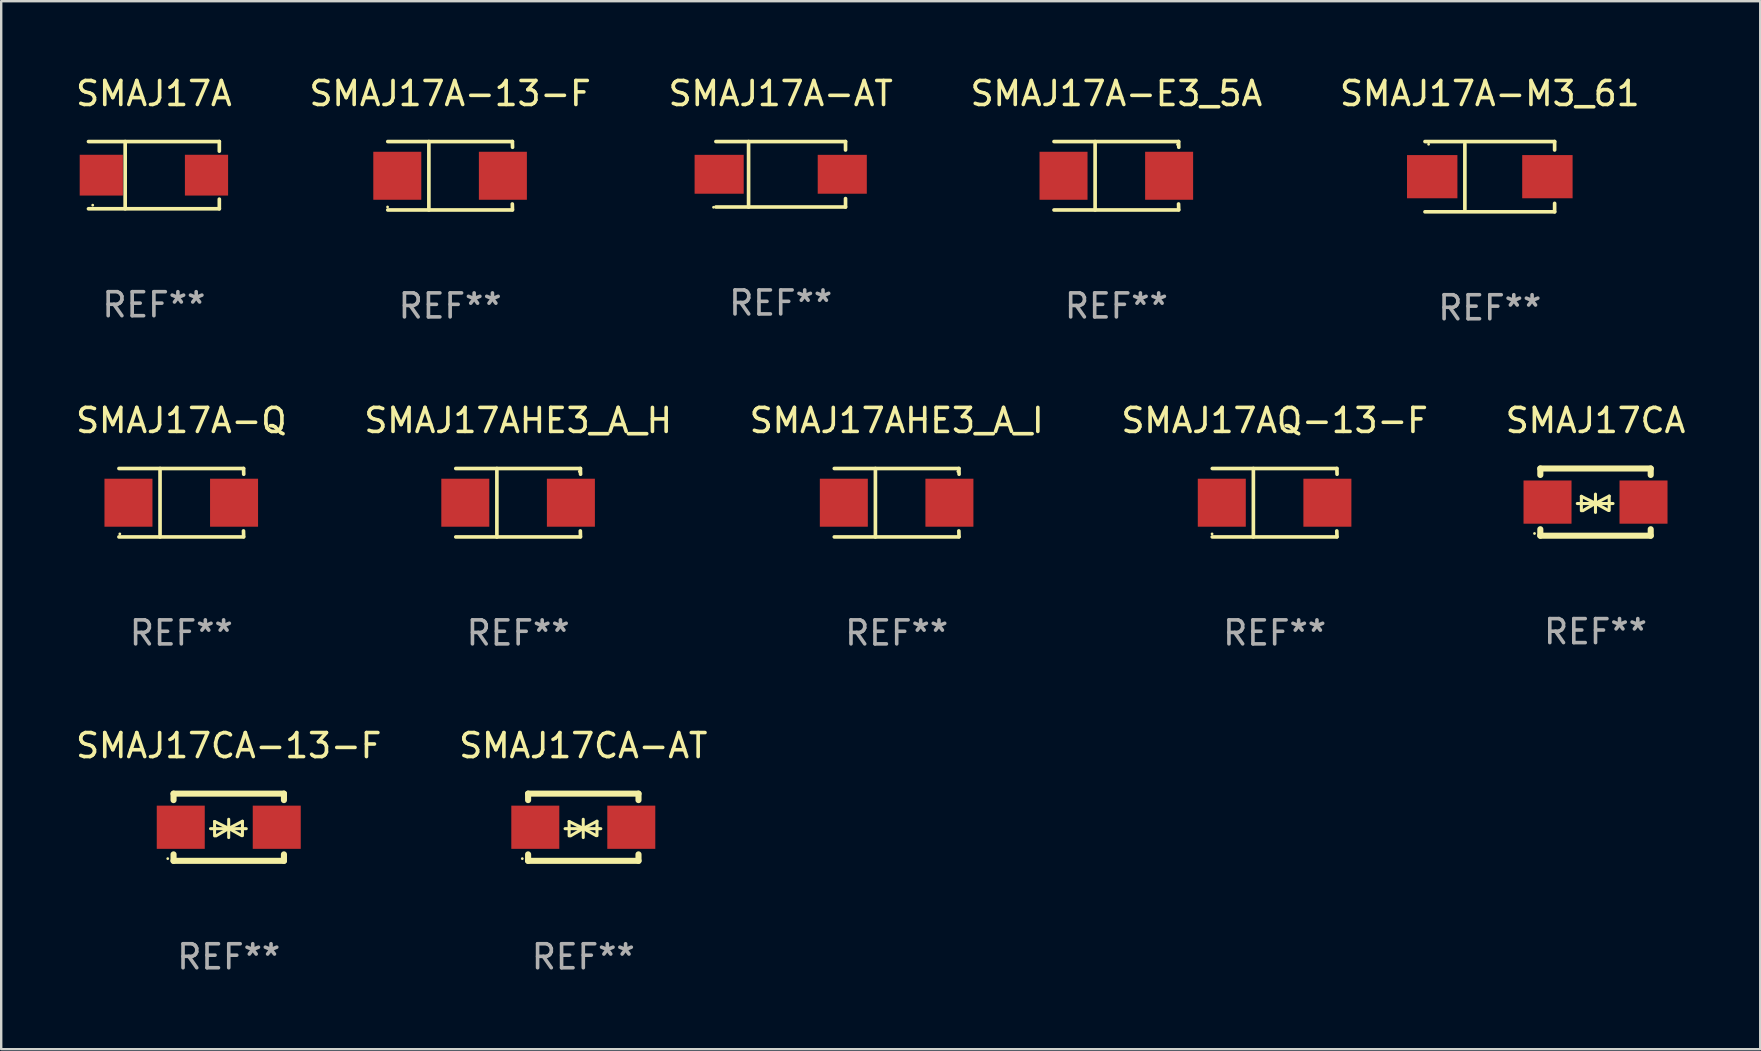
<source format=kicad_pcb>
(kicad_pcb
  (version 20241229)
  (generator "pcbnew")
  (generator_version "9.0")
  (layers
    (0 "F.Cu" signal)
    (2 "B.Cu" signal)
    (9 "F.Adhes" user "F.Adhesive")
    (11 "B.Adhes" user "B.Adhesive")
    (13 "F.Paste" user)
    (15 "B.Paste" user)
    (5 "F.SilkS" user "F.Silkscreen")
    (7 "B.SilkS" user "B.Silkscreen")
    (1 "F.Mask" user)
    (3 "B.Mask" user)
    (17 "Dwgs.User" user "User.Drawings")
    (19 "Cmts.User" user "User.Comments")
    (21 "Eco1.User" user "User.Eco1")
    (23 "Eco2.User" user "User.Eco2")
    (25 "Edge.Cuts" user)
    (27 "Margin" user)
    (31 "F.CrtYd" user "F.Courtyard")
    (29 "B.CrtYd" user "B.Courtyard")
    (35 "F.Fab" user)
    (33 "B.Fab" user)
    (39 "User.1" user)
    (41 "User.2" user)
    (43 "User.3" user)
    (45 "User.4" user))
  (footprint "SMAJ17A"
    (layer "F.Cu")
    (at 3.363 4.249)
    (property "Reference" "SMAJ17A" (at 0 -3.401 0) (layer "F.SilkS") (effects (font (size 1 1) (thickness 0.15))))
    (attr through_hole)
    (fp_line (start -2.726 -1.401) (end 2.726 -1.401) (stroke (width 0.152) (type solid)) (layer "F.SilkS"))
    (fp_line (start -2.726 1.401) (end 2.726 1.401) (stroke (width 0.152) (type solid)) (layer "F.SilkS"))
    (fp_line (start -1.197 -1.401) (end -1.197 1.401) (stroke (width 0.152) (type solid)) (layer "F.SilkS"))
    (fp_line (start 2.726 -1.401) (end 2.726 -1) (stroke (width 0.152) (type solid)) (layer "F.SilkS"))
    (fp_line (start 2.726 1.401) (end 2.726 1) (stroke (width 0.152) (type solid)) (layer "F.SilkS"))
    (fp_circle (center -2.55 1.25) (end -2.52 1.25) (stroke (width 0.06) (type solid)) (fill no) (layer "F.SilkS"))
    (fp_text user "REF**" (at 0 5.401 0) (layer "F.Fab") (effects (font (size 1 1) (thickness 0.15))))
    (pad "1" smd rect (at -2.192 0) (size 1.8 1.7) (layers "F.Cu" "F.Mask" "F.Paste"))
    (pad "2" smd rect (at 2.192 0) (size 1.8 1.7) (layers "F.Cu" "F.Mask" "F.Paste")))
  (footprint "SMAJ17CA-13-F"
    (layer "F.Cu")
    (at 6.482 31.421)
    (property "Reference" "SMAJ17CA-13-F" (at 0 -3.4 0) (layer "F.SilkS") (effects (font (size 1 1) (thickness 0.15))))
    (attr through_hole)
    (fp_line (start -2.3 -1.4) (end -2.3 -1.131) (stroke (width 0.254) (type solid)) (layer "F.SilkS"))
    (fp_line (start -2.3 -1.4) (end 2.3 -1.4) (stroke (width 0.254) (type solid)) (layer "F.SilkS"))
    (fp_line (start -2.3 1.131) (end -2.3 1.4) (stroke (width 0.254) (type solid)) (layer "F.SilkS"))
    (fp_line (start -2.3 1.4) (end 2.3 1.4) (stroke (width 0.254) (type solid)) (layer "F.SilkS"))
    (fp_line (start -0.76 0.06) (end 0.73 0.06) (stroke (width 0.127) (type solid)) (layer "F.SilkS"))
    (fp_line (start -0.59 -0.24) (end -0.59 0.36) (stroke (width 0.127) (type solid)) (layer "F.SilkS"))
    (fp_line (start -0.59 -0.24) (end -0.002 0.049) (stroke (width 0.127) (type solid)) (layer "F.SilkS"))
    (fp_line (start -0.53 0.36) (end -0.002 0.049) (stroke (width 0.127) (type solid)) (layer "F.SilkS"))
    (fp_line (start -0.002 0.049) (end -0.002 -0.332) (stroke (width 0.127) (type solid)) (layer "F.SilkS"))
    (fp_line (start -0.002 0.049) (end -0.002 0.43) (stroke (width 0.127) (type solid)) (layer "F.SilkS"))
    (fp_line (start 0.54 0.35) (end -0.002 0.049) (stroke (width 0.127) (type solid)) (layer "F.SilkS"))
    (fp_line (start 0.57 -0.25) (end -0.002 0.049) (stroke (width 0.127) (type solid)) (layer "F.SilkS"))
    (fp_line (start 0.57 -0.25) (end 0.57 0.35) (stroke (width 0.127) (type solid)) (layer "F.SilkS"))
    (fp_line (start 2.3 -1.4) (end 2.3 -1.131) (stroke (width 0.254) (type solid)) (layer "F.SilkS"))
    (fp_line (start 2.3 1.131) (end 2.3 1.4) (stroke (width 0.254) (type solid)) (layer "F.SilkS"))
    (fp_circle (center -2.542 1.308) (end -2.512 1.308) (stroke (width 0.06) (type solid)) (fill no) (layer "F.SilkS"))
    (fp_text user "REF**" (at 0 5.4 0) (layer "F.Fab") (effects (font (size 1 1) (thickness 0.15))))
    (pad "1" smd rect (at -2 0) (size 2 1.8) (layers "F.Cu" "F.Mask" "F.Paste"))
    (pad "2" smd rect (at 2 0) (size 2 1.8) (layers "F.Cu" "F.Mask" "F.Paste")))
  (footprint "SMAJ17AHE3_A_H"
    (layer "F.Cu")
    (at 18.542 17.898)
    (property "Reference" "SMAJ17AHE3_A_H" (at 0 -3.426 0) (layer "F.SilkS") (effects (font (size 1 1) (thickness 0.15))))
    (attr through_hole)
    (fp_line (start -2.6 -1.426) (end 2.593 -1.426) (stroke (width 0.152) (type solid)) (layer "F.SilkS"))
    (fp_line (start -2.6 1.426) (end 2.593 1.426) (stroke (width 0.152) (type solid)) (layer "F.SilkS"))
    (fp_line (start -0.887 -1.426) (end -0.887 1.426) (stroke (width 0.152) (type solid)) (layer "F.SilkS"))
    (fp_line (start 2.59 1.176) (end 2.597 1.415) (stroke (width 0.152) (type solid)) (layer "F.SilkS"))
    (fp_line (start 2.593 -1.426) (end 2.6 -1.187) (stroke (width 0.152) (type solid)) (layer "F.SilkS"))
    (fp_circle (center 2.547 -1.3) (end 2.577 -1.3) (stroke (width 0.06) (type solid)) (fill no) (layer "F.SilkS"))
    (fp_text user "REF**" (at 0 5.426 0) (layer "F.Fab") (effects (font (size 1 1) (thickness 0.15))))
    (pad "1" smd rect (at 2.197 -0.000025 180) (size 2 2) (layers "F.Cu" "F.Mask" "F.Paste"))
    (pad "2" smd rect (at -2.203 -0.000025 180) (size 2 2) (layers "F.Cu" "F.Mask" "F.Paste")))
  (footprint "SMAJ17A-Q"
    (layer "F.Cu")
    (at 4.506 17.898)
    (property "Reference" "SMAJ17A-Q" (at 0 -3.426 0) (layer "F.SilkS") (effects (font (size 1 1) (thickness 0.15))))
    (attr through_hole)
    (fp_line (start -2.6 -1.426) (end 2.593 -1.426) (stroke (width 0.152) (type solid)) (layer "F.SilkS"))
    (fp_line (start -2.6 1.426) (end 2.593 1.426) (stroke (width 0.152) (type solid)) (layer "F.SilkS"))
    (fp_line (start -0.887 -1.426) (end -0.887 1.426) (stroke (width 0.152) (type solid)) (layer "F.SilkS"))
    (fp_line (start 2.59 1.176) (end 2.597 1.415) (stroke (width 0.152) (type solid)) (layer "F.SilkS"))
    (fp_line (start 2.593 -1.426) (end 2.6 -1.187) (stroke (width 0.152) (type solid)) (layer "F.SilkS"))
    (fp_circle (center -2.563 1.3) (end -2.533 1.3) (stroke (width 0.06) (type solid)) (fill no) (layer "F.SilkS"))
    (fp_text user "REF**" (at 0 5.426 0) (layer "F.Fab") (effects (font (size 1 1) (thickness 0.15))))
    (pad "1" smd rect (at -2.203 -0.000025 180) (size 2 2) (layers "F.Cu" "F.Mask" "F.Paste"))
    (pad "2" smd rect (at 2.197 -0.000025 180) (size 2 2) (layers "F.Cu" "F.Mask" "F.Paste")))
  (footprint "SMAJ17A-AT"
    (layer "F.Cu")
    (at 29.482 4.212)
    (property "Reference" "SMAJ17A-AT" (at 0 -3.364 0) (layer "F.SilkS") (effects (font (size 1 1) (thickness 0.15))))
    (attr through_hole)
    (fp_line (start -2.701 -1.364) (end 2.701 -1.364) (stroke (width 0.152) (type solid)) (layer "F.SilkS"))
    (fp_line (start -2.701 1.364) (end 2.701 1.364) (stroke (width 0.152) (type solid)) (layer "F.SilkS"))
    (fp_line (start -1.339 -1.364) (end -1.339 1.364) (stroke (width 0.152) (type solid)) (layer "F.SilkS"))
    (fp_line (start 2.701 -1.364) (end 2.701 -1.013) (stroke (width 0.152) (type solid)) (layer "F.SilkS"))
    (fp_line (start 2.701 1.364) (end 2.701 1.013) (stroke (width 0.152) (type solid)) (layer "F.SilkS"))
    (fp_circle (center -2.8 1.375) (end -2.77 1.375) (stroke (width 0.06) (type solid)) (fill no) (layer "F.SilkS"))
    (fp_text user "REF**" (at 0 5.364 0) (layer "F.Fab") (effects (font (size 1 1) (thickness 0.15))))
    (pad "1" smd rect (at -2.565 -0.000025) (size 2.046 1.62) (layers "F.Cu" "F.Mask" "F.Paste"))
    (pad "2" smd rect (at 2.565 -0.000025) (size 2.046 1.62) (layers "F.Cu" "F.Mask" "F.Paste")))
  (footprint "SMAJ17CA"
    (layer "F.Cu")
    (at 63.435 17.872)
    (property "Reference" "SMAJ17CA" (at 0 -3.4 0) (layer "F.SilkS") (effects (font (size 1 1) (thickness 0.15))))
    (attr through_hole)
    (fp_line (start -2.3 -1.4) (end -2.3 -1.131) (stroke (width 0.254) (type solid)) (layer "F.SilkS"))
    (fp_line (start -2.3 -1.4) (end 2.3 -1.4) (stroke (width 0.254) (type solid)) (layer "F.SilkS"))
    (fp_line (start -2.3 1.131) (end -2.3 1.4) (stroke (width 0.254) (type solid)) (layer "F.SilkS"))
    (fp_line (start -2.3 1.4) (end 2.3 1.4) (stroke (width 0.254) (type solid)) (layer "F.SilkS"))
    (fp_line (start -0.76 0.06) (end 0.73 0.06) (stroke (width 0.127) (type solid)) (layer "F.SilkS"))
    (fp_line (start -0.59 -0.24) (end -0.59 0.36) (stroke (width 0.127) (type solid)) (layer "F.SilkS"))
    (fp_line (start -0.59 -0.24) (end -0.002 0.049) (stroke (width 0.127) (type solid)) (layer "F.SilkS"))
    (fp_line (start -0.53 0.36) (end -0.002 0.049) (stroke (width 0.127) (type solid)) (layer "F.SilkS"))
    (fp_line (start -0.002 0.049) (end -0.002 -0.332) (stroke (width 0.127) (type solid)) (layer "F.SilkS"))
    (fp_line (start -0.002 0.049) (end -0.002 0.43) (stroke (width 0.127) (type solid)) (layer "F.SilkS"))
    (fp_line (start 0.54 0.35) (end -0.002 0.049) (stroke (width 0.127) (type solid)) (layer "F.SilkS"))
    (fp_line (start 0.57 -0.25) (end -0.002 0.049) (stroke (width 0.127) (type solid)) (layer "F.SilkS"))
    (fp_line (start 0.57 -0.25) (end 0.57 0.35) (stroke (width 0.127) (type solid)) (layer "F.SilkS"))
    (fp_line (start 2.3 -1.4) (end 2.3 -1.131) (stroke (width 0.254) (type solid)) (layer "F.SilkS"))
    (fp_line (start 2.3 1.131) (end 2.3 1.4) (stroke (width 0.254) (type solid)) (layer "F.SilkS"))
    (fp_circle (center -2.542 1.308) (end -2.512 1.308) (stroke (width 0.06) (type solid)) (fill no) (layer "F.SilkS"))
    (fp_text user "REF**" (at 0 5.4 0) (layer "F.Fab") (effects (font (size 1 1) (thickness 0.15))))
    (pad "1" smd rect (at -2 0) (size 2 1.8) (layers "F.Cu" "F.Mask" "F.Paste"))
    (pad "2" smd rect (at 2 0) (size 2 1.8) (layers "F.Cu" "F.Mask" "F.Paste")))
  (footprint "SMAJ17AHE3_A_I"
    (layer "F.Cu")
    (at 34.315 17.898)
    (property "Reference" "SMAJ17AHE3_A_I" (at 0 -3.426 0) (layer "F.SilkS") (effects (font (size 1 1) (thickness 0.15))))
    (attr through_hole)
    (fp_line (start -2.6 -1.426) (end 2.593 -1.426) (stroke (width 0.152) (type solid)) (layer "F.SilkS"))
    (fp_line (start -2.6 1.426) (end 2.593 1.426) (stroke (width 0.152) (type solid)) (layer "F.SilkS"))
    (fp_line (start -0.887 -1.426) (end -0.887 1.426) (stroke (width 0.152) (type solid)) (layer "F.SilkS"))
    (fp_line (start 2.59 1.176) (end 2.597 1.415) (stroke (width 0.152) (type solid)) (layer "F.SilkS"))
    (fp_line (start 2.593 -1.426) (end 2.6 -1.187) (stroke (width 0.152) (type solid)) (layer "F.SilkS"))
    (fp_circle (center 2.547 -1.3) (end 2.577 -1.3) (stroke (width 0.06) (type solid)) (fill no) (layer "F.SilkS"))
    (fp_text user "REF**" (at 0 5.426 0) (layer "F.Fab") (effects (font (size 1 1) (thickness 0.15))))
    (pad "1" smd rect (at 2.197 -0.000025 180) (size 2 2) (layers "F.Cu" "F.Mask" "F.Paste"))
    (pad "2" smd rect (at -2.203 -0.000025 180) (size 2 2) (layers "F.Cu" "F.Mask" "F.Paste")))
  (footprint "SMAJ17A-E3_5A"
    (layer "F.Cu")
    (at 43.47 4.274)
    (property "Reference" "SMAJ17A-E3_5A" (at 0 -3.426 0) (layer "F.SilkS") (effects (font (size 1 1) (thickness 0.15))))
    (attr through_hole)
    (fp_line (start -2.6 -1.426) (end 2.593 -1.426) (stroke (width 0.152) (type solid)) (layer "F.SilkS"))
    (fp_line (start -2.6 1.426) (end 2.593 1.426) (stroke (width 0.152) (type solid)) (layer "F.SilkS"))
    (fp_line (start -0.887 -1.426) (end -0.887 1.426) (stroke (width 0.152) (type solid)) (layer "F.SilkS"))
    (fp_line (start 2.59 1.176) (end 2.597 1.415) (stroke (width 0.152) (type solid)) (layer "F.SilkS"))
    (fp_line (start 2.593 -1.426) (end 2.6 -1.187) (stroke (width 0.152) (type solid)) (layer "F.SilkS"))
    (fp_circle (center 2.547 -1.3) (end 2.577 -1.3) (stroke (width 0.06) (type solid)) (fill no) (layer "F.SilkS"))
    (fp_text user "REF**" (at 0 5.426 0) (layer "F.Fab") (effects (font (size 1 1) (thickness 0.15))))
    (pad "1" smd rect (at 2.197 -0.000025 180) (size 2 2) (layers "F.Cu" "F.Mask" "F.Paste"))
    (pad "2" smd rect (at -2.203 -0.000025 180) (size 2 2) (layers "F.Cu" "F.Mask" "F.Paste")))
  (footprint "SMAJ17AQ-13-F"
    (layer "F.Cu")
    (at 50.065 17.898)
    (property "Reference" "SMAJ17AQ-13-F" (at 0 -3.426 0) (layer "F.SilkS") (effects (font (size 1 1) (thickness 0.15))))
    (attr through_hole)
    (fp_line (start -2.6 -1.426) (end 2.593 -1.426) (stroke (width 0.152) (type solid)) (layer "F.SilkS"))
    (fp_line (start -2.6 1.426) (end 2.593 1.426) (stroke (width 0.152) (type solid)) (layer "F.SilkS"))
    (fp_line (start -0.887 -1.426) (end -0.887 1.426) (stroke (width 0.152) (type solid)) (layer "F.SilkS"))
    (fp_line (start 2.59 1.176) (end 2.597 1.415) (stroke (width 0.152) (type solid)) (layer "F.SilkS"))
    (fp_line (start 2.593 -1.426) (end 2.6 -1.187) (stroke (width 0.152) (type solid)) (layer "F.SilkS"))
    (fp_circle (center -2.608 1.3) (end -2.578 1.3) (stroke (width 0.06) (type solid)) (fill no) (layer "F.SilkS"))
    (fp_text user "REF**" (at 0 5.426 0) (layer "F.Fab") (effects (font (size 1 1) (thickness 0.15))))
    (pad "1" smd rect (at -2.203 0 180) (size 2 2) (layers "F.Cu" "F.Mask" "F.Paste"))
    (pad "2" smd rect (at 2.197 0 180) (size 2 2) (layers "F.Cu" "F.Mask" "F.Paste")))
  (footprint "SMAJ17A-13-F"
    (layer "F.Cu")
    (at 15.708 4.274)
    (property "Reference" "SMAJ17A-13-F" (at 0 -3.426 0) (layer "F.SilkS") (effects (font (size 1 1) (thickness 0.15))))
    (attr through_hole)
    (fp_line (start -2.6 -1.426) (end 2.593 -1.426) (stroke (width 0.152) (type solid)) (layer "F.SilkS"))
    (fp_line (start -2.6 1.426) (end 2.593 1.426) (stroke (width 0.152) (type solid)) (layer "F.SilkS"))
    (fp_line (start -0.887 -1.426) (end -0.887 1.426) (stroke (width 0.152) (type solid)) (layer "F.SilkS"))
    (fp_line (start 2.59 1.176) (end 2.597 1.415) (stroke (width 0.152) (type solid)) (layer "F.SilkS"))
    (fp_line (start 2.593 -1.426) (end 2.6 -1.187) (stroke (width 0.152) (type solid)) (layer "F.SilkS"))
    (fp_circle (center -2.608 1.3) (end -2.578 1.3) (stroke (width 0.06) (type solid)) (fill no) (layer "F.SilkS"))
    (fp_text user "REF**" (at 0 5.426 0) (layer "F.Fab") (effects (font (size 1 1) (thickness 0.15))))
    (pad "1" smd rect (at -2.203 0 180) (size 2 2) (layers "F.Cu" "F.Mask" "F.Paste"))
    (pad "2" smd rect (at 2.197 0 180) (size 2 2) (layers "F.Cu" "F.Mask" "F.Paste")))
  (footprint "SMAJ17A-M3_61"
    (layer "F.Cu")
    (at 59.03 4.312)
    (property "Reference" "SMAJ17A-M3_61" (at 0 -3.464 0) (layer "F.SilkS") (effects (font (size 1 1) (thickness 0.15))))
    (attr through_hole)
    (fp_line (start -2.701 -1.464) (end 2.701 -1.464) (stroke (width 0.152) (type solid)) (layer "F.SilkS"))
    (fp_line (start -2.701 1.464) (end 2.701 1.464) (stroke (width 0.152) (type solid)) (layer "F.SilkS"))
    (fp_line (start -1.039 -1.364) (end -1.039 1.364) (stroke (width 0.152) (type solid)) (layer "F.SilkS"))
    (fp_line (start 2.701 -1.464) (end 2.701 -1.113) (stroke (width 0.152) (type solid)) (layer "F.SilkS"))
    (fp_line (start 2.701 1.464) (end 2.701 1.113) (stroke (width 0.152) (type solid)) (layer "F.SilkS"))
    (fp_circle (center -2.55 -1.35) (end -2.52 -1.35) (stroke (width 0.06) (type solid)) (fill no) (layer "F.SilkS"))
    (fp_text user "REF**" (at 0 5.464 0) (layer "F.Fab") (effects (font (size 1 1) (thickness 0.15))))
    (pad "1" smd rect (at -2.4 0) (size 2.1 1.8) (layers "F.Cu" "F.Mask" "F.Paste"))
    (pad "2" smd rect (at 2.4 0) (size 2.1 1.8) (layers "F.Cu" "F.Mask" "F.Paste")))
  (footprint "SMAJ17CA-AT"
    (layer "F.Cu")
    (at 21.256 31.421)
    (property "Reference" "SMAJ17CA-AT" (at 0 -3.4 0) (layer "F.SilkS") (effects (font (size 1 1) (thickness 0.15))))
    (attr through_hole)
    (fp_line (start -2.3 -1.4) (end -2.3 -1.131) (stroke (width 0.254) (type solid)) (layer "F.SilkS"))
    (fp_line (start -2.3 -1.4) (end 2.3 -1.4) (stroke (width 0.254) (type solid)) (layer "F.SilkS"))
    (fp_line (start -2.3 1.131) (end -2.3 1.4) (stroke (width 0.254) (type solid)) (layer "F.SilkS"))
    (fp_line (start -2.3 1.4) (end 2.3 1.4) (stroke (width 0.254) (type solid)) (layer "F.SilkS"))
    (fp_line (start -0.76 0.06) (end 0.73 0.06) (stroke (width 0.127) (type solid)) (layer "F.SilkS"))
    (fp_line (start -0.59 -0.24) (end -0.59 0.36) (stroke (width 0.127) (type solid)) (layer "F.SilkS"))
    (fp_line (start -0.59 -0.24) (end -0.002 0.049) (stroke (width 0.127) (type solid)) (layer "F.SilkS"))
    (fp_line (start -0.53 0.36) (end -0.002 0.049) (stroke (width 0.127) (type solid)) (layer "F.SilkS"))
    (fp_line (start -0.002 0.049) (end -0.002 -0.332) (stroke (width 0.127) (type solid)) (layer "F.SilkS"))
    (fp_line (start -0.002 0.049) (end -0.002 0.43) (stroke (width 0.127) (type solid)) (layer "F.SilkS"))
    (fp_line (start 0.54 0.35) (end -0.002 0.049) (stroke (width 0.127) (type solid)) (layer "F.SilkS"))
    (fp_line (start 0.57 -0.25) (end -0.002 0.049) (stroke (width 0.127) (type solid)) (layer "F.SilkS"))
    (fp_line (start 0.57 -0.25) (end 0.57 0.35) (stroke (width 0.127) (type solid)) (layer "F.SilkS"))
    (fp_line (start 2.3 -1.4) (end 2.3 -1.131) (stroke (width 0.254) (type solid)) (layer "F.SilkS"))
    (fp_line (start 2.3 1.131) (end 2.3 1.4) (stroke (width 0.254) (type solid)) (layer "F.SilkS"))
    (fp_circle (center -2.542 1.308) (end -2.512 1.308) (stroke (width 0.06) (type solid)) (fill no) (layer "F.SilkS"))
    (fp_text user "REF**" (at 0 5.4 0) (layer "F.Fab") (effects (font (size 1 1) (thickness 0.15))))
    (pad "1" smd rect (at -2 0) (size 2 1.8) (layers "F.Cu" "F.Mask" "F.Paste"))
    (pad "2" smd rect (at 2 0) (size 2 1.8) (layers "F.Cu" "F.Mask" "F.Paste")))
  (gr_rect
    (start -3 -3)
    (end 70.298 40.669)
    (stroke (width 0.1) (type default))
    (fill no)
    (layer "Edge.Cuts")))
</source>
